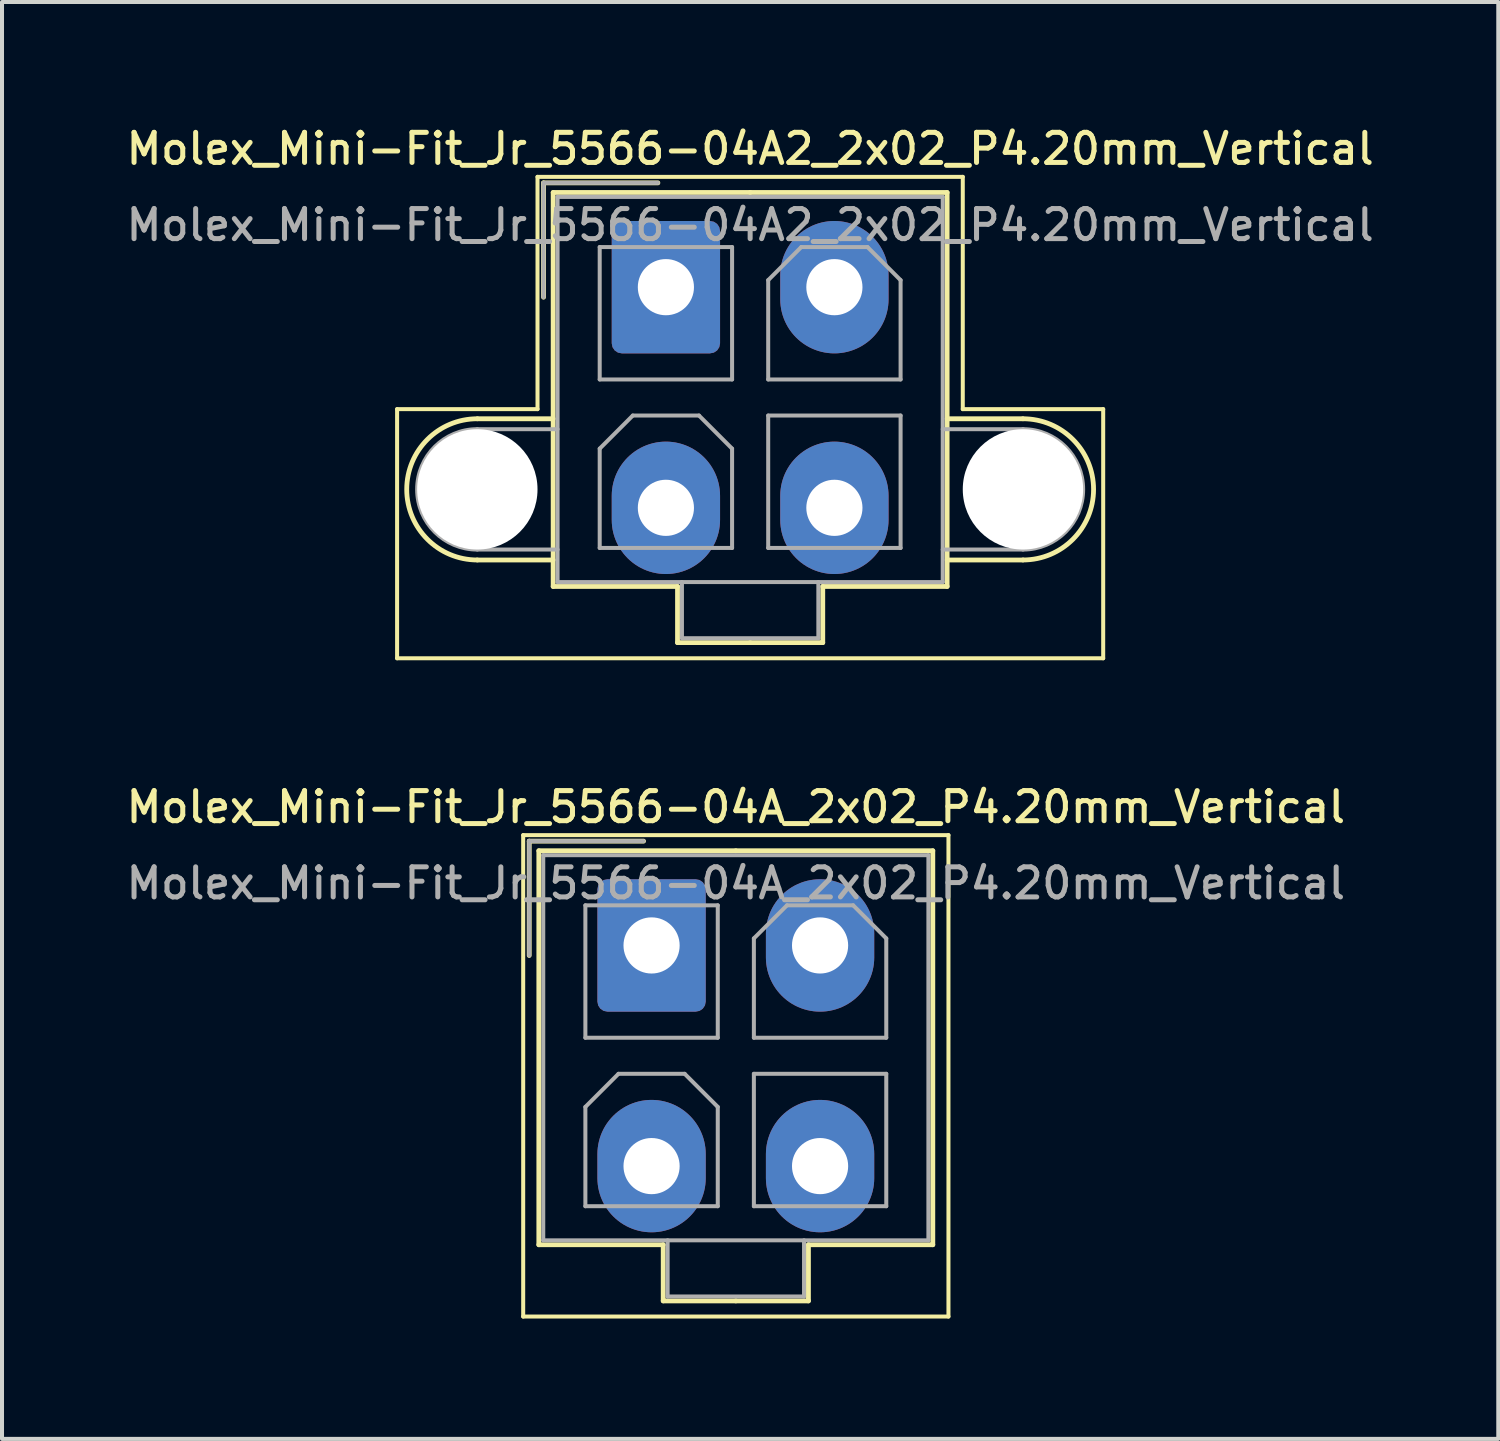
<source format=kicad_pcb>
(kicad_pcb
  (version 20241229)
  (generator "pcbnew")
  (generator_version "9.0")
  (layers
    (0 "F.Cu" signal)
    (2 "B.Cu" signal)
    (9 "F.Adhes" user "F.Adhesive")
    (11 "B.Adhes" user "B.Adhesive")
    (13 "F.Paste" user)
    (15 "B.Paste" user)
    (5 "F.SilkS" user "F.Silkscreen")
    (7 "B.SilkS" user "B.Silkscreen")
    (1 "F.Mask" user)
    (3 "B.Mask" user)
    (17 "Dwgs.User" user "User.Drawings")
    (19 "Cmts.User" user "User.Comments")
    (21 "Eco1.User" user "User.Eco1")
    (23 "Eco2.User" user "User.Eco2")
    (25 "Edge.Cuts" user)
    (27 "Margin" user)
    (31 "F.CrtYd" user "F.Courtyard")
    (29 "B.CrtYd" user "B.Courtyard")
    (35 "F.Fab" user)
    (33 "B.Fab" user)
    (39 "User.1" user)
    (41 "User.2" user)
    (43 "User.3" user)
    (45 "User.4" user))
  (footprint "Molex_Mini-Fit_Jr_5566-04A2_2x02_P4.20mm_Vertical"
    (layer "F.Cu")
    (at 13.548 4.108)
    (property "Reference" "Molex_Mini-Fit_Jr_5566-04A2_2x02_P4.20mm_Vertical" (at 2.1 -3.45 0) (layer "F.SilkS") (effects (font (size 0.75 0.75) (thickness 0.125))))
    (attr through_hole)
    (fp_line (start -6.7 3.04) (end -6.7 9.25) (stroke (width 0.1) (type solid)) (layer "F.SilkS"))
    (fp_line (start -6.7 9.25) (end 10.9 9.25) (stroke (width 0.1) (type solid)) (layer "F.SilkS"))
    (fp_line (start -4.7 3.28) (end -2.81 3.28) (stroke (width 0.12) (type solid)) (layer "F.SilkS"))
    (fp_line (start -4.7 6.8) (end -2.81 6.8) (stroke (width 0.12) (type solid)) (layer "F.SilkS"))
    (fp_line (start -3.2 -2.75) (end -3.2 3.04) (stroke (width 0.1) (type solid)) (layer "F.SilkS"))
    (fp_line (start -3.2 3.04) (end -6.7 3.04) (stroke (width 0.1) (type solid)) (layer "F.SilkS"))
    (fp_line (start -3.05 -2.6) (end -3.05 0.25) (stroke (width 0.12) (type solid)) (layer "F.SilkS"))
    (fp_line (start -2.81 -2.36) (end -2.81 7.46) (stroke (width 0.12) (type solid)) (layer "F.SilkS"))
    (fp_line (start -2.81 7.46) (end 0.29 7.46) (stroke (width 0.12) (type solid)) (layer "F.SilkS"))
    (fp_line (start -0.2 -2.6) (end -3.05 -2.6) (stroke (width 0.12) (type solid)) (layer "F.SilkS"))
    (fp_line (start 0.29 7.46) (end 0.29 8.86) (stroke (width 0.12) (type solid)) (layer "F.SilkS"))
    (fp_line (start 0.29 8.86) (end 2.1 8.86) (stroke (width 0.12) (type solid)) (layer "F.SilkS"))
    (fp_line (start 2.1 -2.36) (end -2.81 -2.36) (stroke (width 0.12) (type solid)) (layer "F.SilkS"))
    (fp_line (start 2.1 -2.36) (end 7.01 -2.36) (stroke (width 0.12) (type solid)) (layer "F.SilkS"))
    (fp_line (start 3.91 7.46) (end 3.91 8.86) (stroke (width 0.12) (type solid)) (layer "F.SilkS"))
    (fp_line (start 3.91 8.86) (end 2.1 8.86) (stroke (width 0.12) (type solid)) (layer "F.SilkS"))
    (fp_line (start 7.01 -2.36) (end 7.01 7.46) (stroke (width 0.12) (type solid)) (layer "F.SilkS"))
    (fp_line (start 7.01 7.46) (end 3.91 7.46) (stroke (width 0.12) (type solid)) (layer "F.SilkS"))
    (fp_line (start 7.4 -2.75) (end -3.2 -2.75) (stroke (width 0.1) (type solid)) (layer "F.SilkS"))
    (fp_line (start 7.4 3.04) (end 7.4 -2.75) (stroke (width 0.1) (type solid)) (layer "F.SilkS"))
    (fp_line (start 8.9 3.28) (end 7.01 3.28) (stroke (width 0.12) (type solid)) (layer "F.SilkS"))
    (fp_line (start 8.9 6.8) (end 7.01 6.8) (stroke (width 0.12) (type solid)) (layer "F.SilkS"))
    (fp_line (start 10.9 3.04) (end 7.4 3.04) (stroke (width 0.1) (type solid)) (layer "F.SilkS"))
    (fp_line (start 10.9 9.25) (end 10.9 3.04) (stroke (width 0.1) (type solid)) (layer "F.SilkS"))
    (fp_arc (start -4.7 6.8) (mid -6.46 5.04) (end -4.7 3.28) (stroke (width 0.12) (type solid)) (layer "F.SilkS"))
    (fp_arc (start 8.9 3.28) (mid 10.66 5.04) (end 8.9 6.8) (stroke (width 0.12) (type solid)) (layer "F.SilkS"))
    (fp_line (start -4.7 3.54) (end -2.7 3.54) (stroke (width 0.1) (type solid)) (layer "F.Fab"))
    (fp_line (start -4.7 6.54) (end -2.7 6.54) (stroke (width 0.1) (type solid)) (layer "F.Fab"))
    (fp_line (start -3.05 -2.6) (end -3.05 0.25) (stroke (width 0.1) (type solid)) (layer "F.Fab"))
    (fp_line (start -2.7 -2.25) (end -2.7 7.35) (stroke (width 0.1) (type solid)) (layer "F.Fab"))
    (fp_line (start -2.7 7.35) (end 6.9 7.35) (stroke (width 0.1) (type solid)) (layer "F.Fab"))
    (fp_line (start -1.65 -1) (end -1.65 2.3) (stroke (width 0.1) (type solid)) (layer "F.Fab"))
    (fp_line (start -1.65 2.3) (end 1.65 2.3) (stroke (width 0.1) (type solid)) (layer "F.Fab"))
    (fp_line (start -1.65 4.025) (end -0.825 3.2) (stroke (width 0.1) (type solid)) (layer "F.Fab"))
    (fp_line (start -1.65 6.5) (end -1.65 4.025) (stroke (width 0.1) (type solid)) (layer "F.Fab"))
    (fp_line (start -0.825 3.2) (end 0.825 3.2) (stroke (width 0.1) (type solid)) (layer "F.Fab"))
    (fp_line (start -0.2 -2.6) (end -3.05 -2.6) (stroke (width 0.1) (type solid)) (layer "F.Fab"))
    (fp_line (start 0.4 7.35) (end 0.4 8.75) (stroke (width 0.1) (type solid)) (layer "F.Fab"))
    (fp_line (start 0.4 8.75) (end 3.8 8.75) (stroke (width 0.1) (type solid)) (layer "F.Fab"))
    (fp_line (start 0.825 3.2) (end 1.65 4.025) (stroke (width 0.1) (type solid)) (layer "F.Fab"))
    (fp_line (start 1.65 -1) (end -1.65 -1) (stroke (width 0.1) (type solid)) (layer "F.Fab"))
    (fp_line (start 1.65 2.3) (end 1.65 -1) (stroke (width 0.1) (type solid)) (layer "F.Fab"))
    (fp_line (start 1.65 4.025) (end 1.65 6.5) (stroke (width 0.1) (type solid)) (layer "F.Fab"))
    (fp_line (start 1.65 6.5) (end -1.65 6.5) (stroke (width 0.1) (type solid)) (layer "F.Fab"))
    (fp_line (start 2.55 -0.175) (end 3.375 -1) (stroke (width 0.1) (type solid)) (layer "F.Fab"))
    (fp_line (start 2.55 2.3) (end 2.55 -0.175) (stroke (width 0.1) (type solid)) (layer "F.Fab"))
    (fp_line (start 2.55 3.2) (end 2.55 6.5) (stroke (width 0.1) (type solid)) (layer "F.Fab"))
    (fp_line (start 2.55 6.5) (end 5.85 6.5) (stroke (width 0.1) (type solid)) (layer "F.Fab"))
    (fp_line (start 3.375 -1) (end 5.025 -1) (stroke (width 0.1) (type solid)) (layer "F.Fab"))
    (fp_line (start 3.8 8.75) (end 3.8 7.35) (stroke (width 0.1) (type solid)) (layer "F.Fab"))
    (fp_line (start 5.025 -1) (end 5.85 -0.175) (stroke (width 0.1) (type solid)) (layer "F.Fab"))
    (fp_line (start 5.85 -0.175) (end 5.85 2.3) (stroke (width 0.1) (type solid)) (layer "F.Fab"))
    (fp_line (start 5.85 2.3) (end 2.55 2.3) (stroke (width 0.1) (type solid)) (layer "F.Fab"))
    (fp_line (start 5.85 3.2) (end 2.55 3.2) (stroke (width 0.1) (type solid)) (layer "F.Fab"))
    (fp_line (start 5.85 6.5) (end 5.85 3.2) (stroke (width 0.1) (type solid)) (layer "F.Fab"))
    (fp_line (start 6.9 -2.25) (end -2.7 -2.25) (stroke (width 0.1) (type solid)) (layer "F.Fab"))
    (fp_line (start 6.9 7.35) (end 6.9 -2.25) (stroke (width 0.1) (type solid)) (layer "F.Fab"))
    (fp_line (start 8.9 3.54) (end 6.9 3.54) (stroke (width 0.1) (type solid)) (layer "F.Fab"))
    (fp_line (start 8.9 6.54) (end 6.9 6.54) (stroke (width 0.1) (type solid)) (layer "F.Fab"))
    (fp_arc (start -4.7 6.54) (mid -6.2 5.04) (end -4.7 3.54) (stroke (width 0.1) (type solid)) (layer "F.Fab"))
    (fp_arc (start 8.9 3.54) (mid 10.4 5.04) (end 8.9 6.54) (stroke (width 0.1) (type solid)) (layer "F.Fab"))
    (fp_text user "${REFERENCE}" (at 2.1 -1.55 0) (layer "F.Fab") (effects (font (size 0.75 0.75) (thickness 0.125))))
    (pad "" np_thru_hole circle (at -4.7 5.04) (size 3 3) (drill 3) (layers "*.Cu" "*.Mask"))
    (pad "" np_thru_hole circle (at 8.9 5.04) (size 3 3) (drill 3) (layers "*.Cu" "*.Mask"))
    (pad "1" thru_hole roundrect (at 0 0) (size 2.7 3.3) (drill 1.4) (layers "*.Cu" "*.Mask") (roundrect_rratio 0.093))
    (pad "2" thru_hole oval (at 4.2 0) (size 2.7 3.3) (drill 1.4) (layers "*.Cu" "*.Mask"))
    (pad "3" thru_hole oval (at 0 5.5) (size 2.7 3.3) (drill 1.4) (layers "*.Cu" "*.Mask"))
    (pad "4" thru_hole oval (at 4.2 5.5) (size 2.7 3.3) (drill 1.4) (layers "*.Cu" "*.Mask")))
  (footprint "Molex_Mini-Fit_Jr_5566-04A_2x02_P4.20mm_Vertical"
    (layer "F.Cu")
    (at 13.191 20.516)
    (property "Reference" "Molex_Mini-Fit_Jr_5566-04A_2x02_P4.20mm_Vertical" (at 2.1 -3.45 0) (layer "F.SilkS") (effects (font (size 0.75 0.75) (thickness 0.125))))
    (attr through_hole)
    (fp_line (start -3.2 -2.75) (end -3.2 9.25) (stroke (width 0.1) (type solid)) (layer "F.SilkS"))
    (fp_line (start -3.2 9.25) (end 7.4 9.25) (stroke (width 0.1) (type solid)) (layer "F.SilkS"))
    (fp_line (start -3.05 -2.6) (end -3.05 0.25) (stroke (width 0.12) (type solid)) (layer "F.SilkS"))
    (fp_line (start -2.81 -2.36) (end -2.81 7.46) (stroke (width 0.12) (type solid)) (layer "F.SilkS"))
    (fp_line (start -2.81 7.46) (end 0.29 7.46) (stroke (width 0.12) (type solid)) (layer "F.SilkS"))
    (fp_line (start -0.2 -2.6) (end -3.05 -2.6) (stroke (width 0.12) (type solid)) (layer "F.SilkS"))
    (fp_line (start 0.29 7.46) (end 0.29 8.86) (stroke (width 0.12) (type solid)) (layer "F.SilkS"))
    (fp_line (start 0.29 8.86) (end 2.1 8.86) (stroke (width 0.12) (type solid)) (layer "F.SilkS"))
    (fp_line (start 2.1 -2.36) (end -2.81 -2.36) (stroke (width 0.12) (type solid)) (layer "F.SilkS"))
    (fp_line (start 2.1 -2.36) (end 7.01 -2.36) (stroke (width 0.12) (type solid)) (layer "F.SilkS"))
    (fp_line (start 3.91 7.46) (end 3.91 8.86) (stroke (width 0.12) (type solid)) (layer "F.SilkS"))
    (fp_line (start 3.91 8.86) (end 2.1 8.86) (stroke (width 0.12) (type solid)) (layer "F.SilkS"))
    (fp_line (start 7.01 -2.36) (end 7.01 7.46) (stroke (width 0.12) (type solid)) (layer "F.SilkS"))
    (fp_line (start 7.01 7.46) (end 3.91 7.46) (stroke (width 0.12) (type solid)) (layer "F.SilkS"))
    (fp_line (start 7.4 -2.75) (end -3.2 -2.75) (stroke (width 0.1) (type solid)) (layer "F.SilkS"))
    (fp_line (start 7.4 9.25) (end 7.4 -2.75) (stroke (width 0.1) (type solid)) (layer "F.SilkS"))
    (fp_line (start -3.05 -2.6) (end -3.05 0.25) (stroke (width 0.1) (type solid)) (layer "F.Fab"))
    (fp_line (start -2.7 -2.25) (end -2.7 7.35) (stroke (width 0.1) (type solid)) (layer "F.Fab"))
    (fp_line (start -2.7 7.35) (end 6.9 7.35) (stroke (width 0.1) (type solid)) (layer "F.Fab"))
    (fp_line (start -1.65 -1) (end -1.65 2.3) (stroke (width 0.1) (type solid)) (layer "F.Fab"))
    (fp_line (start -1.65 2.3) (end 1.65 2.3) (stroke (width 0.1) (type solid)) (layer "F.Fab"))
    (fp_line (start -1.65 4.025) (end -0.825 3.2) (stroke (width 0.1) (type solid)) (layer "F.Fab"))
    (fp_line (start -1.65 6.5) (end -1.65 4.025) (stroke (width 0.1) (type solid)) (layer "F.Fab"))
    (fp_line (start -0.825 3.2) (end 0.825 3.2) (stroke (width 0.1) (type solid)) (layer "F.Fab"))
    (fp_line (start -0.2 -2.6) (end -3.05 -2.6) (stroke (width 0.1) (type solid)) (layer "F.Fab"))
    (fp_line (start 0.4 7.35) (end 0.4 8.75) (stroke (width 0.1) (type solid)) (layer "F.Fab"))
    (fp_line (start 0.4 8.75) (end 3.8 8.75) (stroke (width 0.1) (type solid)) (layer "F.Fab"))
    (fp_line (start 0.825 3.2) (end 1.65 4.025) (stroke (width 0.1) (type solid)) (layer "F.Fab"))
    (fp_line (start 1.65 -1) (end -1.65 -1) (stroke (width 0.1) (type solid)) (layer "F.Fab"))
    (fp_line (start 1.65 2.3) (end 1.65 -1) (stroke (width 0.1) (type solid)) (layer "F.Fab"))
    (fp_line (start 1.65 4.025) (end 1.65 6.5) (stroke (width 0.1) (type solid)) (layer "F.Fab"))
    (fp_line (start 1.65 6.5) (end -1.65 6.5) (stroke (width 0.1) (type solid)) (layer "F.Fab"))
    (fp_line (start 2.55 -0.175) (end 3.375 -1) (stroke (width 0.1) (type solid)) (layer "F.Fab"))
    (fp_line (start 2.55 2.3) (end 2.55 -0.175) (stroke (width 0.1) (type solid)) (layer "F.Fab"))
    (fp_line (start 2.55 3.2) (end 2.55 6.5) (stroke (width 0.1) (type solid)) (layer "F.Fab"))
    (fp_line (start 2.55 6.5) (end 5.85 6.5) (stroke (width 0.1) (type solid)) (layer "F.Fab"))
    (fp_line (start 3.375 -1) (end 5.025 -1) (stroke (width 0.1) (type solid)) (layer "F.Fab"))
    (fp_line (start 3.8 8.75) (end 3.8 7.35) (stroke (width 0.1) (type solid)) (layer "F.Fab"))
    (fp_line (start 5.025 -1) (end 5.85 -0.175) (stroke (width 0.1) (type solid)) (layer "F.Fab"))
    (fp_line (start 5.85 -0.175) (end 5.85 2.3) (stroke (width 0.1) (type solid)) (layer "F.Fab"))
    (fp_line (start 5.85 2.3) (end 2.55 2.3) (stroke (width 0.1) (type solid)) (layer "F.Fab"))
    (fp_line (start 5.85 3.2) (end 2.55 3.2) (stroke (width 0.1) (type solid)) (layer "F.Fab"))
    (fp_line (start 5.85 6.5) (end 5.85 3.2) (stroke (width 0.1) (type solid)) (layer "F.Fab"))
    (fp_line (start 6.9 -2.25) (end -2.7 -2.25) (stroke (width 0.1) (type solid)) (layer "F.Fab"))
    (fp_line (start 6.9 7.35) (end 6.9 -2.25) (stroke (width 0.1) (type solid)) (layer "F.Fab"))
    (fp_text user "${REFERENCE}" (at 2.1 -1.55 0) (layer "F.Fab") (effects (font (size 0.75 0.75) (thickness 0.125))))
    (pad "1" thru_hole roundrect (at 0 0) (size 2.7 3.3) (drill 1.4) (layers "*.Cu" "*.Mask") (roundrect_rratio 0.093))
    (pad "2" thru_hole oval (at 4.2 0) (size 2.7 3.3) (drill 1.4) (layers "*.Cu" "*.Mask"))
    (pad "3" thru_hole oval (at 0 5.5) (size 2.7 3.3) (drill 1.4) (layers "*.Cu" "*.Mask"))
    (pad "4" thru_hole oval (at 4.2 5.5) (size 2.7 3.3) (drill 1.4) (layers "*.Cu" "*.Mask")))
  (gr_rect
    (start -3 -3)
    (end 34.296 32.816)
    (stroke (width 0.1) (type default))
    (fill no)
    (layer "Edge.Cuts")))
</source>
